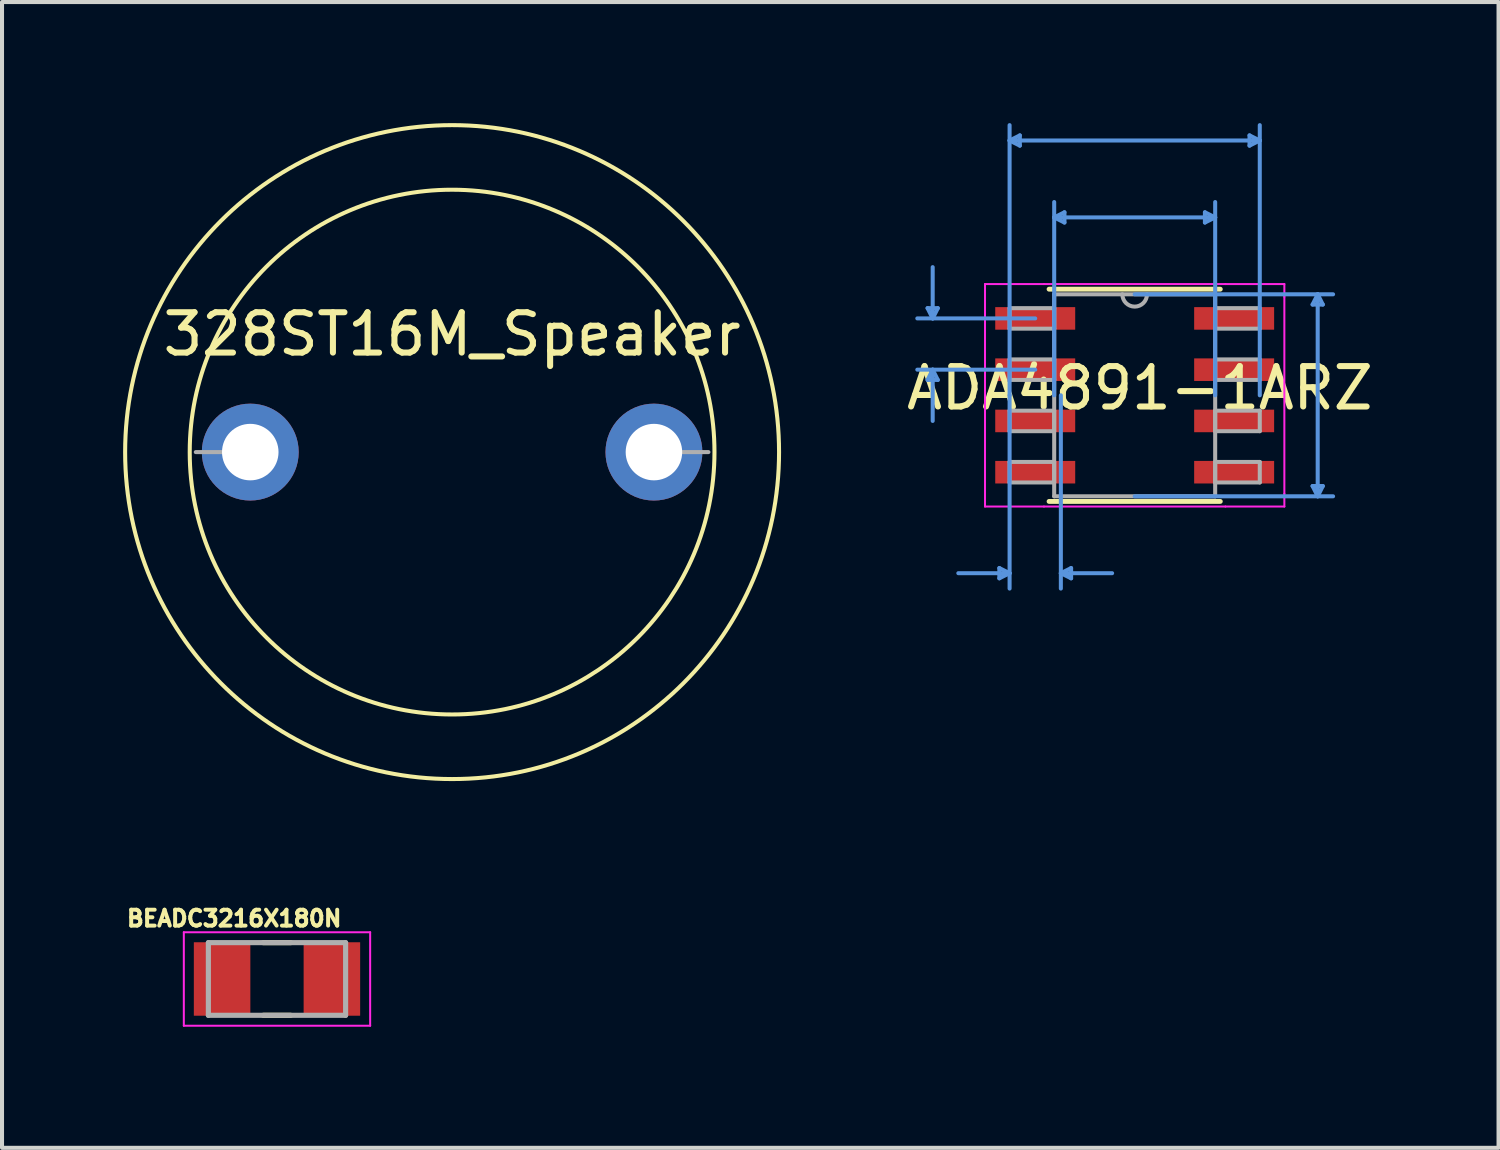
<source format=kicad_pcb>
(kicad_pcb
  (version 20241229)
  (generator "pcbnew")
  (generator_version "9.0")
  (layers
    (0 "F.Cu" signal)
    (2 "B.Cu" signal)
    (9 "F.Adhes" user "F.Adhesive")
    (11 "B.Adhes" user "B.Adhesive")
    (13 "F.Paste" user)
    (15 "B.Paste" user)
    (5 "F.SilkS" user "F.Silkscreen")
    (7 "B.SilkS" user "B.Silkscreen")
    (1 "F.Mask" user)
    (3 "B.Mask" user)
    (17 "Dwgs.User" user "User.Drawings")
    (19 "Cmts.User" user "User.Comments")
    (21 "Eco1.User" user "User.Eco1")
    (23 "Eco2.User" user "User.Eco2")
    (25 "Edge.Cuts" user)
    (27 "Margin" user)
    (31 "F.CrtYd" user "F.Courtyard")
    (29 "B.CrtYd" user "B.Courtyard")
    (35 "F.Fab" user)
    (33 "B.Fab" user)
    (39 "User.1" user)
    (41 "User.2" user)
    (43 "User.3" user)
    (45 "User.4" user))
  (footprint "BEADC3216X180N"
    (layer "F.Cu")
    (at 3.812 21.203)
    (property "Reference" "BEADC3216X180N" (at -1.06 -1.5 0) (layer "F.SilkS") (effects (font (size 0.394 0.394) (thickness 0.098))))
    (attr smd)
    (fp_line (start -0.34 -0.9) (end 0.34 -0.9) (stroke (width 0.127) (type solid)) (layer "F.SilkS"))
    (fp_line (start -0.34 0.9) (end 0.34 0.9) (stroke (width 0.127) (type solid)) (layer "F.SilkS"))
    (fp_line (start -2.308 -1.158) (end 2.308 -1.158) (stroke (width 0.05) (type solid)) (layer "F.CrtYd"))
    (fp_line (start -2.308 1.158) (end -2.308 -1.158) (stroke (width 0.05) (type solid)) (layer "F.CrtYd"))
    (fp_line (start -2.308 1.158) (end 2.308 1.158) (stroke (width 0.05) (type solid)) (layer "F.CrtYd"))
    (fp_line (start 2.308 1.158) (end 2.308 -1.158) (stroke (width 0.05) (type solid)) (layer "F.CrtYd"))
    (fp_line (start -1.7 0.9) (end -1.7 -0.9) (stroke (width 0.127) (type solid)) (layer "F.Fab"))
    (fp_line (start 1.7 -0.9) (end -1.7 -0.9) (stroke (width 0.127) (type solid)) (layer "F.Fab"))
    (fp_line (start 1.7 0.9) (end -1.7 0.9) (stroke (width 0.127) (type solid)) (layer "F.Fab"))
    (fp_line (start 1.7 0.9) (end 1.7 -0.9) (stroke (width 0.127) (type solid)) (layer "F.Fab"))
    (pad "1" smd rect (at -1.36 0) (size 1.4 1.82) (layers "F.Cu" "F.Mask" "F.Paste"))
    (pad "2" smd rect (at 1.36 0) (size 1.4 1.82) (layers "F.Cu" "F.Mask" "F.Paste")))
  (footprint "ADA4891-1ARZ"
    (layer "F.Cu")
    (at 25.06 6.743)
    (property "Reference" "ADA4891-1ARZ" (at 0.127 -0.178 180) (layer "F.SilkS") (effects (font (size 1 1) (thickness 0.15))))
    (attr smd)
    (fp_line (start -2.121 2.629) (end 2.121 2.629) (stroke (width 0.12) (type solid)) (layer "F.SilkS"))
    (fp_line (start 2.121 -2.629) (end -2.121 -2.629) (stroke (width 0.12) (type solid)) (layer "F.SilkS"))
    (fp_line (start -5.131 -2.159) (end -4.877 -2.159) (stroke (width 0.1) (type solid)) (layer "Cmts.User"))
    (fp_line (start -5.131 -0.381) (end -4.877 -0.381) (stroke (width 0.1) (type solid)) (layer "Cmts.User"))
    (fp_line (start -5.004 -1.905) (end -5.131 -2.159) (stroke (width 0.1) (type solid)) (layer "Cmts.User"))
    (fp_line (start -5.004 -1.905) (end -5.004 -3.175) (stroke (width 0.1) (type solid)) (layer "Cmts.User"))
    (fp_line (start -5.004 -1.905) (end -4.877 -2.159) (stroke (width 0.1) (type solid)) (layer "Cmts.User"))
    (fp_line (start -5.004 -0.635) (end -5.131 -0.381) (stroke (width 0.1) (type solid)) (layer "Cmts.User"))
    (fp_line (start -5.004 -0.635) (end -5.004 0.635) (stroke (width 0.1) (type solid)) (layer "Cmts.User"))
    (fp_line (start -5.004 -0.635) (end -4.877 -0.381) (stroke (width 0.1) (type solid)) (layer "Cmts.User"))
    (fp_line (start -3.353 4.28) (end -3.353 4.534) (stroke (width 0.1) (type solid)) (layer "Cmts.User"))
    (fp_line (start -3.099 -6.312) (end -2.845 -6.439) (stroke (width 0.1) (type solid)) (layer "Cmts.User"))
    (fp_line (start -3.099 -6.312) (end -2.845 -6.185) (stroke (width 0.1) (type solid)) (layer "Cmts.User"))
    (fp_line (start -3.099 -6.312) (end 3.099 -6.312) (stroke (width 0.1) (type solid)) (layer "Cmts.User"))
    (fp_line (start -3.099 0) (end -3.099 -6.693) (stroke (width 0.1) (type solid)) (layer "Cmts.User"))
    (fp_line (start -3.099 0) (end -3.099 4.788) (stroke (width 0.1) (type solid)) (layer "Cmts.User"))
    (fp_line (start -3.099 4.407) (end -4.369 4.407) (stroke (width 0.1) (type solid)) (layer "Cmts.User"))
    (fp_line (start -3.099 4.407) (end -3.353 4.28) (stroke (width 0.1) (type solid)) (layer "Cmts.User"))
    (fp_line (start -3.099 4.407) (end -3.353 4.534) (stroke (width 0.1) (type solid)) (layer "Cmts.User"))
    (fp_line (start -2.845 -6.439) (end -2.845 -6.185) (stroke (width 0.1) (type solid)) (layer "Cmts.User"))
    (fp_line (start -2.464 -1.905) (end -5.385 -1.905) (stroke (width 0.1) (type solid)) (layer "Cmts.User"))
    (fp_line (start -2.464 -0.635) (end -5.385 -0.635) (stroke (width 0.1) (type solid)) (layer "Cmts.User"))
    (fp_line (start -1.994 -4.407) (end -1.74 -4.534) (stroke (width 0.1) (type solid)) (layer "Cmts.User"))
    (fp_line (start -1.994 -4.407) (end -1.74 -4.28) (stroke (width 0.1) (type solid)) (layer "Cmts.User"))
    (fp_line (start -1.994 -4.407) (end 1.994 -4.407) (stroke (width 0.1) (type solid)) (layer "Cmts.User"))
    (fp_line (start -1.994 0) (end -1.994 -4.788) (stroke (width 0.1) (type solid)) (layer "Cmts.User"))
    (fp_line (start -1.829 0) (end -1.829 4.788) (stroke (width 0.1) (type solid)) (layer "Cmts.User"))
    (fp_line (start -1.829 4.407) (end -1.575 4.28) (stroke (width 0.1) (type solid)) (layer "Cmts.User"))
    (fp_line (start -1.829 4.407) (end -1.575 4.534) (stroke (width 0.1) (type solid)) (layer "Cmts.User"))
    (fp_line (start -1.829 4.407) (end -0.559 4.407) (stroke (width 0.1) (type solid)) (layer "Cmts.User"))
    (fp_line (start -1.74 -4.534) (end -1.74 -4.28) (stroke (width 0.1) (type solid)) (layer "Cmts.User"))
    (fp_line (start -1.575 4.28) (end -1.575 4.534) (stroke (width 0.1) (type solid)) (layer "Cmts.User"))
    (fp_line (start 0 -2.502) (end 4.915 -2.502) (stroke (width 0.1) (type solid)) (layer "Cmts.User"))
    (fp_line (start 0 2.502) (end 4.915 2.502) (stroke (width 0.1) (type solid)) (layer "Cmts.User"))
    (fp_line (start 1.74 -4.534) (end 1.74 -4.28) (stroke (width 0.1) (type solid)) (layer "Cmts.User"))
    (fp_line (start 1.994 -4.407) (end 1.74 -4.534) (stroke (width 0.1) (type solid)) (layer "Cmts.User"))
    (fp_line (start 1.994 -4.407) (end 1.74 -4.28) (stroke (width 0.1) (type solid)) (layer "Cmts.User"))
    (fp_line (start 1.994 0) (end 1.994 -4.788) (stroke (width 0.1) (type solid)) (layer "Cmts.User"))
    (fp_line (start 2.845 -6.439) (end 2.845 -6.185) (stroke (width 0.1) (type solid)) (layer "Cmts.User"))
    (fp_line (start 3.099 -6.312) (end 2.845 -6.439) (stroke (width 0.1) (type solid)) (layer "Cmts.User"))
    (fp_line (start 3.099 -6.312) (end 2.845 -6.185) (stroke (width 0.1) (type solid)) (layer "Cmts.User"))
    (fp_line (start 3.099 0) (end 3.099 -6.693) (stroke (width 0.1) (type solid)) (layer "Cmts.User"))
    (fp_line (start 4.407 -2.248) (end 4.661 -2.248) (stroke (width 0.1) (type solid)) (layer "Cmts.User"))
    (fp_line (start 4.407 2.248) (end 4.661 2.248) (stroke (width 0.1) (type solid)) (layer "Cmts.User"))
    (fp_line (start 4.534 -2.502) (end 4.407 -2.248) (stroke (width 0.1) (type solid)) (layer "Cmts.User"))
    (fp_line (start 4.534 -2.502) (end 4.534 2.502) (stroke (width 0.1) (type solid)) (layer "Cmts.User"))
    (fp_line (start 4.534 -2.502) (end 4.661 -2.248) (stroke (width 0.1) (type solid)) (layer "Cmts.User"))
    (fp_line (start 4.534 2.502) (end 4.407 2.248) (stroke (width 0.1) (type solid)) (layer "Cmts.User"))
    (fp_line (start 4.534 2.502) (end 4.661 2.248) (stroke (width 0.1) (type solid)) (layer "Cmts.User"))
    (fp_line (start -3.708 -2.756) (end -2.248 -2.756) (stroke (width 0.05) (type solid)) (layer "F.CrtYd"))
    (fp_line (start -3.708 2.756) (end -3.708 -2.756) (stroke (width 0.05) (type solid)) (layer "F.CrtYd"))
    (fp_line (start -2.248 -2.756) (end 2.248 -2.756) (stroke (width 0.05) (type solid)) (layer "F.CrtYd"))
    (fp_line (start -2.248 2.756) (end -3.708 2.756) (stroke (width 0.05) (type solid)) (layer "F.CrtYd"))
    (fp_line (start 2.248 -2.756) (end 3.708 -2.756) (stroke (width 0.05) (type solid)) (layer "F.CrtYd"))
    (fp_line (start 2.248 2.756) (end -2.248 2.756) (stroke (width 0.05) (type solid)) (layer "F.CrtYd"))
    (fp_line (start 3.708 -2.756) (end 3.708 -2.438) (stroke (width 0.05) (type solid)) (layer "F.CrtYd"))
    (fp_line (start 3.708 -2.438) (end 3.708 2.438) (stroke (width 0.05) (type solid)) (layer "F.CrtYd"))
    (fp_line (start 3.708 2.438) (end 3.708 2.756) (stroke (width 0.05) (type solid)) (layer "F.CrtYd"))
    (fp_line (start 3.708 2.756) (end 2.248 2.756) (stroke (width 0.05) (type solid)) (layer "F.CrtYd"))
    (fp_line (start -3.099 -2.159) (end -3.099 -1.651) (stroke (width 0.1) (type solid)) (layer "F.Fab"))
    (fp_line (start -3.099 -1.651) (end -1.994 -1.651) (stroke (width 0.1) (type solid)) (layer "F.Fab"))
    (fp_line (start -3.099 -0.889) (end -3.099 -0.381) (stroke (width 0.1) (type solid)) (layer "F.Fab"))
    (fp_line (start -3.099 -0.381) (end -1.994 -0.381) (stroke (width 0.1) (type solid)) (layer "F.Fab"))
    (fp_line (start -3.099 0.381) (end -3.099 0.889) (stroke (width 0.1) (type solid)) (layer "F.Fab"))
    (fp_line (start -3.099 0.889) (end -1.994 0.889) (stroke (width 0.1) (type solid)) (layer "F.Fab"))
    (fp_line (start -3.099 1.651) (end -3.099 2.159) (stroke (width 0.1) (type solid)) (layer "F.Fab"))
    (fp_line (start -3.099 2.159) (end -1.994 2.159) (stroke (width 0.1) (type solid)) (layer "F.Fab"))
    (fp_line (start -1.994 -2.502) (end -1.994 2.502) (stroke (width 0.1) (type solid)) (layer "F.Fab"))
    (fp_line (start -1.994 -2.159) (end -3.099 -2.159) (stroke (width 0.1) (type solid)) (layer "F.Fab"))
    (fp_line (start -1.994 -1.651) (end -1.994 -2.159) (stroke (width 0.1) (type solid)) (layer "F.Fab"))
    (fp_line (start -1.994 -0.889) (end -3.099 -0.889) (stroke (width 0.1) (type solid)) (layer "F.Fab"))
    (fp_line (start -1.994 -0.381) (end -1.994 -0.889) (stroke (width 0.1) (type solid)) (layer "F.Fab"))
    (fp_line (start -1.994 0.381) (end -3.099 0.381) (stroke (width 0.1) (type solid)) (layer "F.Fab"))
    (fp_line (start -1.994 0.889) (end -1.994 0.381) (stroke (width 0.1) (type solid)) (layer "F.Fab"))
    (fp_line (start -1.994 1.651) (end -3.099 1.651) (stroke (width 0.1) (type solid)) (layer "F.Fab"))
    (fp_line (start -1.994 2.159) (end -1.994 1.651) (stroke (width 0.1) (type solid)) (layer "F.Fab"))
    (fp_line (start -1.994 2.502) (end 1.994 2.502) (stroke (width 0.1) (type solid)) (layer "F.Fab"))
    (fp_line (start 1.994 -2.502) (end -1.994 -2.502) (stroke (width 0.1) (type solid)) (layer "F.Fab"))
    (fp_line (start 1.994 -2.159) (end 1.994 -1.651) (stroke (width 0.1) (type solid)) (layer "F.Fab"))
    (fp_line (start 1.994 -1.651) (end 3.099 -1.651) (stroke (width 0.1) (type solid)) (layer "F.Fab"))
    (fp_line (start 1.994 -0.889) (end 1.994 -0.381) (stroke (width 0.1) (type solid)) (layer "F.Fab"))
    (fp_line (start 1.994 -0.381) (end 3.099 -0.381) (stroke (width 0.1) (type solid)) (layer "F.Fab"))
    (fp_line (start 1.994 0.381) (end 1.994 0.889) (stroke (width 0.1) (type solid)) (layer "F.Fab"))
    (fp_line (start 1.994 0.889) (end 3.099 0.889) (stroke (width 0.1) (type solid)) (layer "F.Fab"))
    (fp_line (start 1.994 1.651) (end 1.994 2.159) (stroke (width 0.1) (type solid)) (layer "F.Fab"))
    (fp_line (start 1.994 2.159) (end 3.099 2.159) (stroke (width 0.1) (type solid)) (layer "F.Fab"))
    (fp_line (start 1.994 2.502) (end 1.994 -2.502) (stroke (width 0.1) (type solid)) (layer "F.Fab"))
    (fp_line (start 3.099 -2.159) (end 1.994 -2.159) (stroke (width 0.1) (type solid)) (layer "F.Fab"))
    (fp_line (start 3.099 -1.651) (end 3.099 -2.159) (stroke (width 0.1) (type solid)) (layer "F.Fab"))
    (fp_line (start 3.099 -0.889) (end 1.994 -0.889) (stroke (width 0.1) (type solid)) (layer "F.Fab"))
    (fp_line (start 3.099 -0.381) (end 3.099 -0.889) (stroke (width 0.1) (type solid)) (layer "F.Fab"))
    (fp_line (start 3.099 0.381) (end 1.994 0.381) (stroke (width 0.1) (type solid)) (layer "F.Fab"))
    (fp_line (start 3.099 0.889) (end 3.099 0.381) (stroke (width 0.1) (type solid)) (layer "F.Fab"))
    (fp_line (start 3.099 1.651) (end 1.994 1.651) (stroke (width 0.1) (type solid)) (layer "F.Fab"))
    (fp_line (start 3.099 2.159) (end 3.099 1.651) (stroke (width 0.1) (type solid)) (layer "F.Fab"))
    (fp_arc (start 0.3048 -2.5019) (mid 0 -2.1971) (end -0.3048 -2.5019) (stroke (width 0.1) (type solid)) (layer "F.Fab"))
    (pad "1" smd rect (at -2.464 -1.905) (size 1.981 0.559) (layers "F.Cu" "F.Mask" "F.Paste"))
    (pad "2" smd rect (at -2.464 -0.635) (size 1.981 0.559) (layers "F.Cu" "F.Mask" "F.Paste"))
    (pad "3" smd rect (at -2.464 0.635) (size 1.981 0.559) (layers "F.Cu" "F.Mask" "F.Paste"))
    (pad "4" smd rect (at -2.464 1.905) (size 1.981 0.559) (layers "F.Cu" "F.Mask" "F.Paste"))
    (pad "5" smd rect (at 2.464 1.905) (size 1.981 0.559) (layers "F.Cu" "F.Mask" "F.Paste"))
    (pad "6" smd rect (at 2.464 0.635) (size 1.981 0.559) (layers "F.Cu" "F.Mask" "F.Paste"))
    (pad "7" smd rect (at 2.464 -0.635) (size 1.981 0.559) (layers "F.Cu" "F.Mask" "F.Paste"))
    (pad "8" smd rect (at 2.464 -1.905) (size 1.981 0.559) (layers "F.Cu" "F.Mask" "F.Paste")))
  (footprint "328ST16M_Speaker"
    (layer "F.Cu")
    (at 8.15 8.15)
    (property "Reference" "328ST16M_Speaker" (at 0 -2.92 0) (layer "F.SilkS") (effects (font (size 1 1) (thickness 0.15))))
    (attr through_hole)
    (fp_circle (center 0 0) (end 6.5 0) (stroke (width 0.1) (type default)) (fill no) (layer "F.SilkS"))
    (fp_circle (center 0 0) (end 8.1 0) (stroke (width 0.1) (type default)) (fill no) (layer "F.SilkS"))
    (fp_line (start -6.35 0) (end -4.95 0) (stroke (width 0.1) (type solid)) (layer "F.Fab"))
    (fp_line (start 6.35 0) (end 4.95 0) (stroke (width 0.1) (type solid)) (layer "F.Fab"))
    (pad "1" thru_hole circle (at -5 0) (size 2.4 2.4) (drill 1.4) (layers "*.Cu" "*.Mask"))
    (pad "2" thru_hole circle (at 5 0) (size 2.4 2.4) (drill 1.4) (layers "*.Cu" "*.Mask")))
  (gr_rect
    (start -3 -3)
    (end 34.074 25.386)
    (stroke (width 0.1) (type default))
    (fill no)
    (layer "Edge.Cuts")))
</source>
